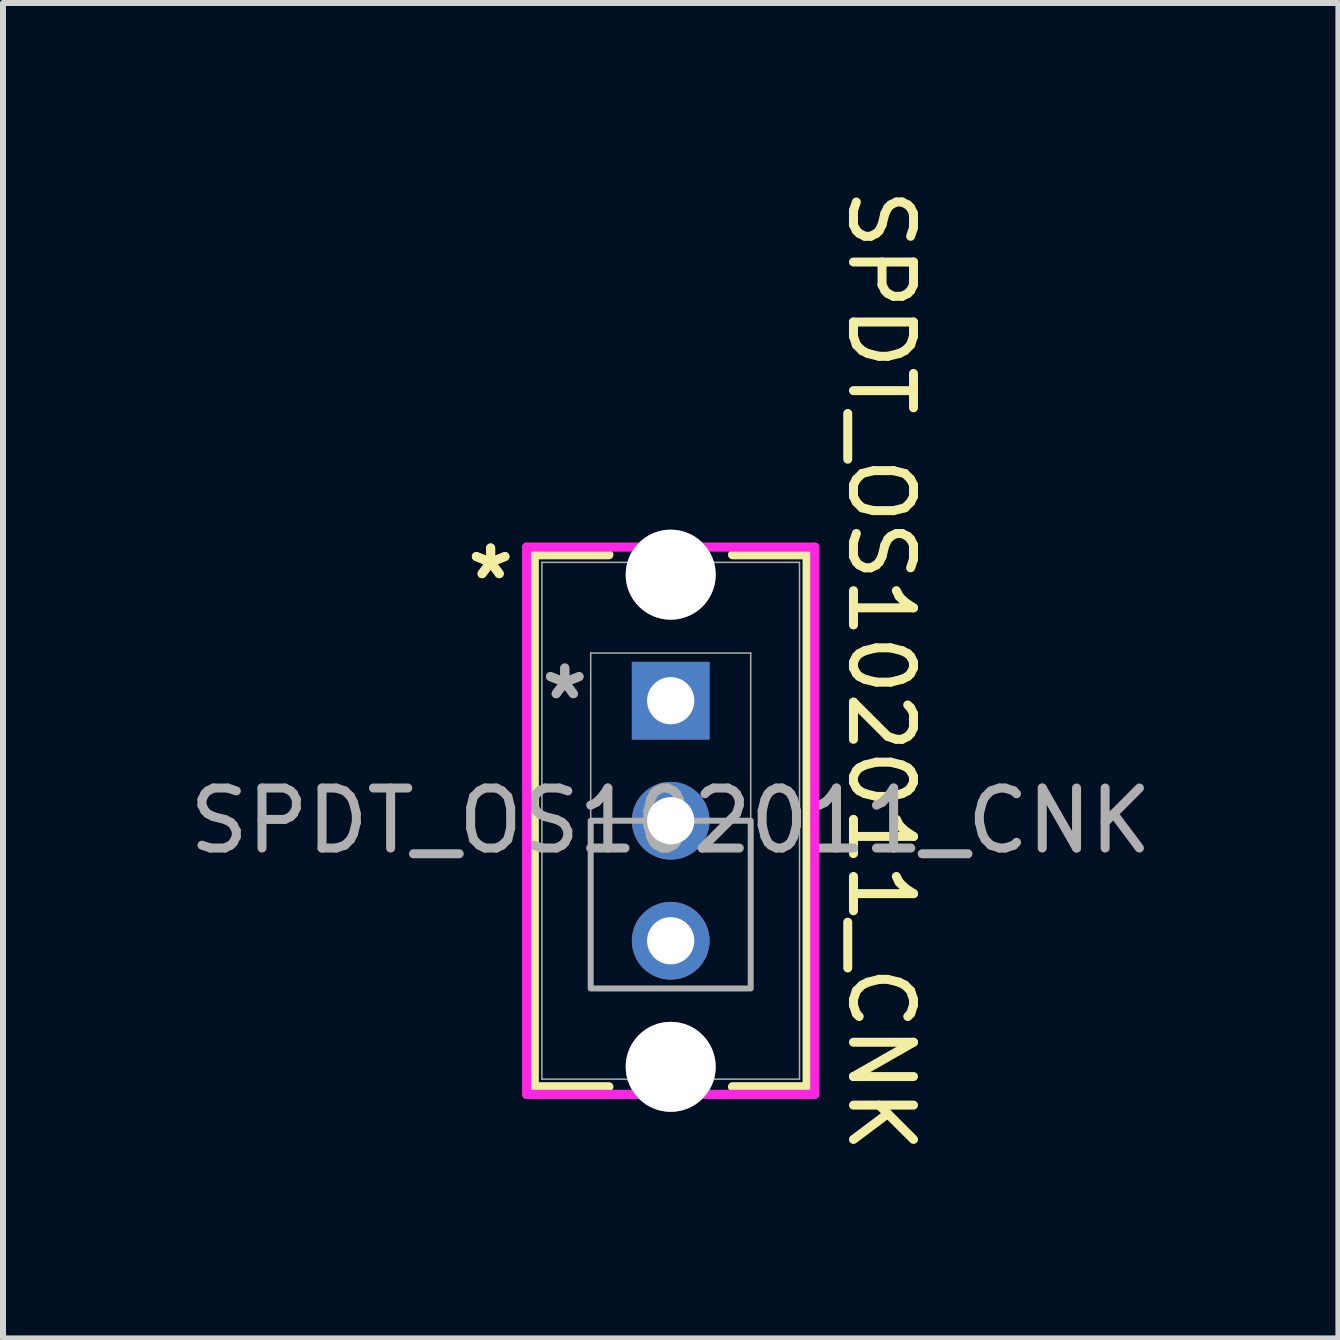
<source format=kicad_pcb>
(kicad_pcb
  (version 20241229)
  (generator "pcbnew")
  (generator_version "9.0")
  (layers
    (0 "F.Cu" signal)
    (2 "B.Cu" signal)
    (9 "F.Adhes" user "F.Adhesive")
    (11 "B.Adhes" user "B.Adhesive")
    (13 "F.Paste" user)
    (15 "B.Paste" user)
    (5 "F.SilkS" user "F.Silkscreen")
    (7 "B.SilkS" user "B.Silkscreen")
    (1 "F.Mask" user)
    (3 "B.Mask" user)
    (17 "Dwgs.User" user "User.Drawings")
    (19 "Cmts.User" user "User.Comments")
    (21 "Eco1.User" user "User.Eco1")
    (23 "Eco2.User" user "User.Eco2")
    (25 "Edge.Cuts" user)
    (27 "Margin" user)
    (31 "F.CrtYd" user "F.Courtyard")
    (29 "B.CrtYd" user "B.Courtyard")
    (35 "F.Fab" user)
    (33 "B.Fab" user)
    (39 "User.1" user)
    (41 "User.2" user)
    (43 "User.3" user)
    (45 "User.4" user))
  (footprint "SPDT_OS102011_CNK"
    (layer "F.Cu")
    (at 8.125 8.625)
    (property "Reference" "SPDT_OS102011_CNK" (at 3.5 -0.5 270) (unlocked yes) (layer "F.SilkS") (effects (font (size 1 1) (thickness 0.15))))
    (attr through_hole)
    (fp_line (start -2.273 -2.432) (end -2.273 6.432) (stroke (width 0.152) (type solid)) (layer "F.SilkS"))
    (fp_line (start -2.273 6.432) (end -1.03 6.432) (stroke (width 0.152) (type solid)) (layer "F.SilkS"))
    (fp_line (start -1.03 -2.432) (end -2.273 -2.432) (stroke (width 0.152) (type solid)) (layer "F.SilkS"))
    (fp_line (start 1.03 6.432) (end 2.273 6.432) (stroke (width 0.152) (type solid)) (layer "F.SilkS"))
    (fp_line (start 2.273 -2.432) (end 1.03 -2.432) (stroke (width 0.152) (type solid)) (layer "F.SilkS"))
    (fp_line (start 2.273 6.432) (end 2.273 -2.432) (stroke (width 0.152) (type solid)) (layer "F.SilkS"))
    (fp_line (start -2.4 -2.559) (end -2.4 6.559) (stroke (width 0.152) (type solid)) (layer "F.CrtYd"))
    (fp_line (start -2.4 6.559) (end 2.4 6.559) (stroke (width 0.152) (type solid)) (layer "F.CrtYd"))
    (fp_line (start 2.4 -2.559) (end -2.4 -2.559) (stroke (width 0.152) (type solid)) (layer "F.CrtYd"))
    (fp_line (start 2.4 6.559) (end 2.4 -2.559) (stroke (width 0.152) (type solid)) (layer "F.CrtYd"))
    (fp_line (start -2.146 -2.305) (end -2.146 6.305) (stroke (width 0.025) (type solid)) (layer "F.Fab"))
    (fp_line (start -2.146 6.305) (end 2.146 6.305) (stroke (width 0.025) (type solid)) (layer "F.Fab"))
    (fp_line (start -1.333 -0.794) (end 1.333 -0.794) (stroke (width 0.025) (type solid)) (layer "F.Fab"))
    (fp_line (start -1.333 4.794) (end -1.333 -0.794) (stroke (width 0.025) (type solid)) (layer "F.Fab"))
    (fp_line (start 1.333 -0.794) (end 1.333 4.794) (stroke (width 0.025) (type solid)) (layer "F.Fab"))
    (fp_line (start 1.333 4.794) (end -1.333 4.794) (stroke (width 0.025) (type solid)) (layer "F.Fab"))
    (fp_line (start 2.146 -2.305) (end -2.146 -2.305) (stroke (width 0.025) (type solid)) (layer "F.Fab"))
    (fp_line (start 2.146 6.305) (end 2.146 -2.305) (stroke (width 0.025) (type solid)) (layer "F.Fab"))
    (fp_poly (pts (xy -1.333 4.794) (xy -1.333 2) (xy 1.333 2) (xy 1.333 4.794)) (stroke (width 0.1) (type solid)) (fill no) (layer "F.Fab"))
    (fp_text user "*" (at -3 -2 0) (layer "F.SilkS") (effects (font (size 1 1) (thickness 0.15))))
    (fp_text user "*" (at -3 -2 0) (unlocked yes) (layer "F.SilkS") (effects (font (size 1 1) (thickness 0.15))))
    (fp_text user "${REFERENCE}" (at 0 2 0) (unlocked yes) (layer "F.Fab") (effects (font (size 1 1) (thickness 0.15))))
    (fp_text user "*" (at -1.765 0 0) (layer "F.Fab") (effects (font (size 1 1) (thickness 0.15))))
    (fp_text user "*" (at -1.765 0 0) (unlocked yes) (layer "F.Fab") (effects (font (size 1 1) (thickness 0.15))))
    (pad "1" thru_hole rect (at 0 0) (size 1.295 1.295) (drill 0.787) (layers "*.Cu" "*.Mask"))
    (pad "2" thru_hole circle (at 0 2) (size 1.295 1.295) (drill 0.787) (layers "*.Cu" "*.Mask"))
    (pad "3" thru_hole circle (at 0 4) (size 1.295 1.295) (drill 0.787) (layers "*.Cu" "*.Mask"))
    (pad "4" thru_hole circle (at 0 -2.1 90) (size 1.499 1.499) (drill 1.499) (layers "*.Cu" "*.Mask"))
    (pad "5" thru_hole circle (at 0 6.1 90) (size 1.499 1.499) (drill 1.499) (layers "*.Cu" "*.Mask")))
  (gr_rect
    (start -3 -3)
    (end 19.25 19.25)
    (stroke (width 0.1) (type default))
    (fill no)
    (layer "Edge.Cuts")))
</source>
